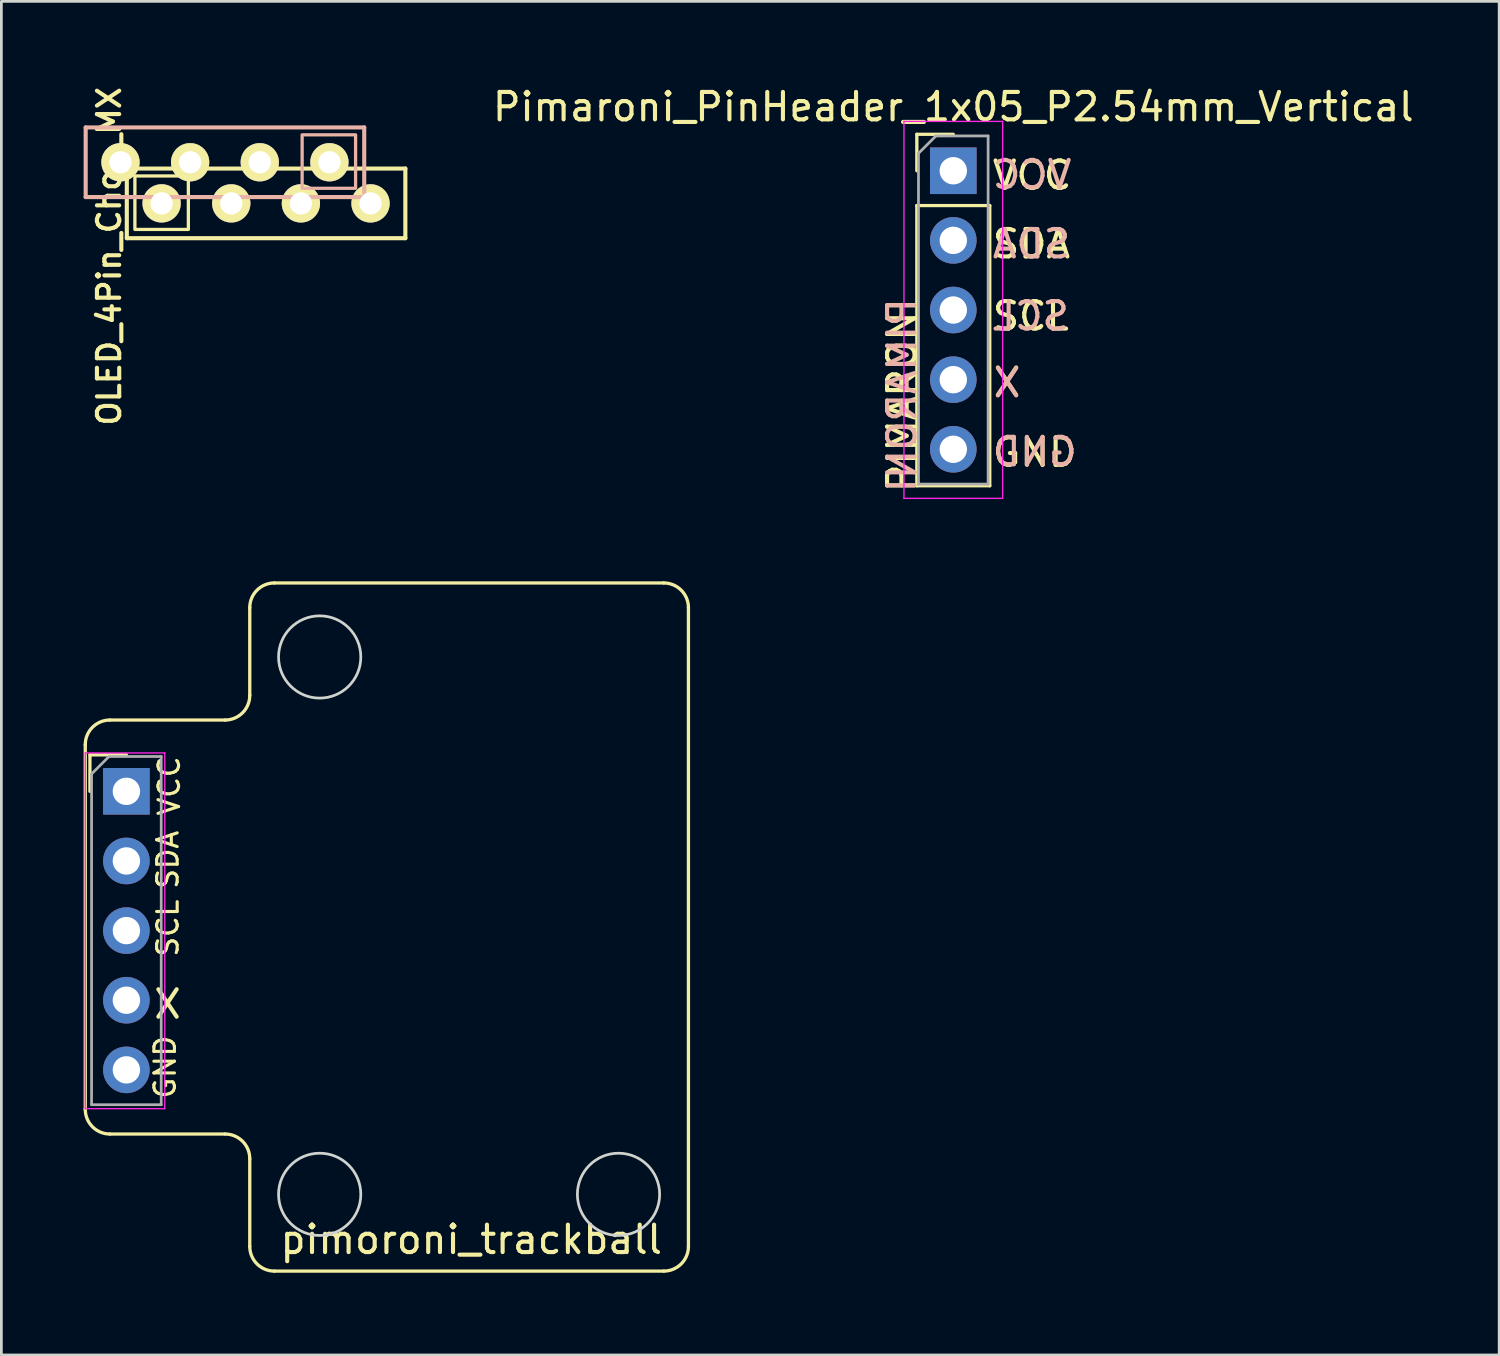
<source format=kicad_pcb>
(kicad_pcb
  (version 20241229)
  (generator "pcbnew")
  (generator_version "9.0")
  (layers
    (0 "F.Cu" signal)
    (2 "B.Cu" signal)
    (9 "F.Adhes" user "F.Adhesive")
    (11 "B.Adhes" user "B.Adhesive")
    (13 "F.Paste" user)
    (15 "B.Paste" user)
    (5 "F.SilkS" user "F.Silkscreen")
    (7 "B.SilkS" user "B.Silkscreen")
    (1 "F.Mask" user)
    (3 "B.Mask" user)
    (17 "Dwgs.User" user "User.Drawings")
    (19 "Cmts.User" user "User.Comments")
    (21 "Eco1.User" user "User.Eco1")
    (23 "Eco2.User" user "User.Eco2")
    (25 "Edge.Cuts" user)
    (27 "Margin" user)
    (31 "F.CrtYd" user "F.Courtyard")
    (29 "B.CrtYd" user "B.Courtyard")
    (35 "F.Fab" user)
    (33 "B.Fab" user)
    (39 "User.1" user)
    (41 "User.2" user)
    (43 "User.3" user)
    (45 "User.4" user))
  (footprint "Pimaroni_PinHeader_1x05_P2.54mm_Vertical"
    (layer "F.Cu")
    (at 31.721 3.178)
    (property "Reference" "Pimaroni_PinHeader_1x05_P2.54mm_Vertical" (at 0 -2.33 0) (layer "F.SilkS") (effects (font (size 1 1) (thickness 0.15))))
    (attr through_hole)
    (fp_line (start -1.33 -1.33) (end 0 -1.33) (stroke (width 0.12) (type solid)) (layer "F.SilkS"))
    (fp_line (start -1.33 0) (end -1.33 -1.33) (stroke (width 0.12) (type solid)) (layer "F.SilkS"))
    (fp_line (start -1.33 1.27) (end -1.33 11.49) (stroke (width 0.12) (type solid)) (layer "F.SilkS"))
    (fp_line (start -1.33 1.27) (end 1.33 1.27) (stroke (width 0.12) (type solid)) (layer "F.SilkS"))
    (fp_line (start -1.33 11.49) (end 1.33 11.49) (stroke (width 0.12) (type solid)) (layer "F.SilkS"))
    (fp_line (start 1.33 1.27) (end 1.33 11.49) (stroke (width 0.12) (type solid)) (layer "F.SilkS"))
    (fp_line (start -1.8 -1.8) (end -1.8 11.95) (stroke (width 0.05) (type solid)) (layer "F.CrtYd"))
    (fp_line (start -1.8 11.95) (end 1.8 11.95) (stroke (width 0.05) (type solid)) (layer "F.CrtYd"))
    (fp_line (start 1.8 -1.8) (end -1.8 -1.8) (stroke (width 0.05) (type solid)) (layer "F.CrtYd"))
    (fp_line (start 1.8 11.95) (end 1.8 -1.8) (stroke (width 0.05) (type solid)) (layer "F.CrtYd"))
    (fp_line (start -1.27 -0.635) (end -0.635 -1.27) (stroke (width 0.1) (type solid)) (layer "F.Fab"))
    (fp_line (start -1.27 11.43) (end -1.27 -0.635) (stroke (width 0.1) (type solid)) (layer "F.Fab"))
    (fp_line (start -0.635 -1.27) (end 1.27 -1.27) (stroke (width 0.1) (type solid)) (layer "F.Fab"))
    (fp_line (start 1.27 -1.27) (end 1.27 11.43) (stroke (width 0.1) (type solid)) (layer "F.Fab"))
    (fp_line (start 1.27 11.43) (end -1.27 11.43) (stroke (width 0.1) (type solid)) (layer "F.Fab"))
    (fp_text user "X" (at 1.96 7.72 0) (layer "F.SilkS") (effects (font (size 1 1) (thickness 0.15))))
    (fp_text user "VCC" (at 2.875 0.17 0) (layer "F.SilkS") (effects (font (size 1 1) (thickness 0.15))))
    (fp_text user "SCL" (at 2.827 5.3 0) (layer "F.SilkS") (effects (font (size 1 1) (thickness 0.15))))
    (fp_text user "PIMARONI" (at -1.87 8.19 90) (layer "F.SilkS") (effects (font (size 1 1) (thickness 0.15))))
    (fp_text user "GND" (at 2.97 10.27 0) (layer "F.SilkS") (effects (font (size 1 1) (thickness 0.15))))
    (fp_text user "SDA" (at 2.851 2.67 0) (layer "F.SilkS") (effects (font (size 1 1) (thickness 0.15))))
    (fp_text user "SDA" (at 2.851 2.67 0) (layer "B.SilkS") (effects (font (size 1 1) (thickness 0.15)) (justify mirror)))
    (fp_text user "VCC" (at 2.875 0.15 0) (layer "B.SilkS") (effects (font (size 1 1) (thickness 0.15)) (justify mirror)))
    (fp_text user "GND" (at 2.97 10.25 0) (layer "B.SilkS") (effects (font (size 1 1) (thickness 0.15)) (justify mirror)))
    (fp_text user "PIMARONI" (at -1.87 8.19 270) (layer "B.SilkS") (effects (font (size 1 1) (thickness 0.15)) (justify mirror)))
    (fp_text user "X" (at 1.96 7.74 0) (layer "B.SilkS") (effects (font (size 1 1) (thickness 0.15)) (justify mirror)))
    (fp_text user "SCL" (at 2.827 5.3 0) (layer "B.SilkS") (effects (font (size 1 1) (thickness 0.15)) (justify mirror)))
    (pad "1" thru_hole rect (at 0 0) (size 1.7 1.7) (drill 1) (layers "*.Cu" "*.Mask"))
    (pad "2" thru_hole oval (at 0 2.54) (size 1.7 1.7) (drill 1) (layers "*.Cu" "*.Mask"))
    (pad "3" thru_hole oval (at 0 5.08) (size 1.7 1.7) (drill 1) (layers "*.Cu" "*.Mask"))
    (pad "4" thru_hole oval (at 0 7.62) (size 1.7 1.7) (drill 1) (layers "*.Cu" "*.Mask"))
    (pad "5" thru_hole oval (at 0 10.16) (size 1.7 1.7) (drill 1) (layers "*.Cu" "*.Mask")))
  (footprint "OLED_4Pin_Choc_MX"
    (layer "F.Cu")
    (at 2.845 4.368)
    (property "Reference" "OLED_4Pin_Choc_MX" (at -1.915 1.93 90) (layer "F.SilkS") (effects (font (size 0.813 0.813) (thickness 0.15))))
    (attr through_hole)
    (fp_line (start -1.27 -1.27) (end 8.89 -1.27) (stroke (width 0.15) (type solid)) (layer "F.SilkS"))
    (fp_line (start -1.27 1.27) (end -1.27 -1.27) (stroke (width 0.15) (type solid)) (layer "F.SilkS"))
    (fp_line (start -1.27 1.27) (end 8.89 1.27) (stroke (width 0.15) (type solid)) (layer "F.SilkS"))
    (fp_line (start 8.89 -1.27) (end 8.89 1.27) (stroke (width 0.15) (type solid)) (layer "F.SilkS"))
    (fp_rect (start -0.975 -1) (end 0.975 0.95) (stroke (width 0.12) (type default)) (fill no) (layer "F.SilkS"))
    (fp_line (start -2.77 -2.77) (end 7.39 -2.77) (stroke (width 0.15) (type solid)) (layer "B.SilkS"))
    (fp_line (start -2.77 -0.23) (end -2.77 -2.77) (stroke (width 0.15) (type solid)) (layer "B.SilkS"))
    (fp_line (start 7.39 -2.77) (end 7.39 -0.23) (stroke (width 0.15) (type solid)) (layer "B.SilkS"))
    (fp_line (start 7.39 -0.23) (end -2.77 -0.23) (stroke (width 0.15) (type solid)) (layer "B.SilkS"))
    (fp_rect (start 5.125 -2.5) (end 7.075 -0.55) (stroke (width 0.12) (type default)) (fill no) (layer "B.SilkS"))
    (pad "1" thru_hole circle (at 0 0) (size 1.397 1.397) (drill 0.813) (layers "*.Cu" "B.Mask" "F.SilkS"))
    (pad "1" thru_hole circle (at 6.12 -1.5) (size 1.397 1.397) (drill 0.813) (layers "*.Cu" "F.Mask" "F.SilkS"))
    (pad "2" thru_hole circle (at 2.54 0) (size 1.397 1.397) (drill 0.813) (layers "*.Cu" "B.Mask" "F.SilkS"))
    (pad "2" thru_hole circle (at 3.58 -1.5) (size 1.397 1.397) (drill 0.813) (layers "*.Cu" "F.Mask" "F.SilkS"))
    (pad "3" thru_hole circle (at 1.04 -1.5) (size 1.397 1.397) (drill 0.813) (layers "*.Cu" "F.Mask" "F.SilkS"))
    (pad "3" thru_hole circle (at 5.08 0) (size 1.397 1.397) (drill 0.813) (layers "*.Cu" "B.Mask" "F.SilkS"))
    (pad "4" thru_hole circle (at -1.5 -1.5) (size 1.397 1.397) (drill 0.813) (layers "*.Cu" "F.Mask" "F.SilkS"))
    (pad "4" thru_hole circle (at 7.62 0) (size 1.397 1.397) (drill 0.813) (layers "*.Cu" "B.Mask" "F.SilkS")))
  (footprint "pimoroni_trackball"
    (layer "F.Cu")
    (at 1.56 25.813)
    (property "Reference" "pimoroni_trackball" (at 12.58 16.35 0) (layer "F.SilkS") (effects (font (size 1 1) (thickness 0.15))))
    (attr through_hole)
    (fp_line (start -1.5 -1.7) (end -1.5 11.6) (stroke (width 0.12) (type solid)) (layer "F.SilkS"))
    (fp_line (start -1.33 -1.33) (end 0 -1.33) (stroke (width 0.12) (type solid)) (layer "F.SilkS"))
    (fp_line (start -1.33 0) (end -1.33 -1.33) (stroke (width 0.12) (type solid)) (layer "F.SilkS"))
    (fp_line (start -0.6 -2.6) (end 3.6 -2.6) (stroke (width 0.12) (type solid)) (layer "F.SilkS"))
    (fp_line (start -0.6 12.5) (end 3.6 12.5) (stroke (width 0.12) (type solid)) (layer "F.SilkS"))
    (fp_line (start 4.5 -3.5) (end 4.5 -6.7) (stroke (width 0.12) (type solid)) (layer "F.SilkS"))
    (fp_line (start 4.5 13.4) (end 4.5 16.6) (stroke (width 0.12) (type solid)) (layer "F.SilkS"))
    (fp_line (start 5.4 -7.6) (end 19.6 -7.6) (stroke (width 0.12) (type solid)) (layer "F.SilkS"))
    (fp_line (start 5.4 17.5) (end 19.6 17.5) (stroke (width 0.12) (type solid)) (layer "F.SilkS"))
    (fp_line (start 20.5 16.6) (end 20.5 -6.7) (stroke (width 0.12) (type solid)) (layer "F.SilkS"))
    (fp_arc (start -1.5 -1.7) (mid -1.236396 -2.336396) (end -0.6 -2.6) (stroke (width 0.12) (type default)) (layer "F.SilkS"))
    (fp_arc (start -0.6 12.5) (mid -1.236396 12.236396) (end -1.5 11.6) (stroke (width 0.12) (type default)) (layer "F.SilkS"))
    (fp_arc (start 3.6 12.5) (mid 4.236396 12.763604) (end 4.5 13.4) (stroke (width 0.12) (type default)) (layer "F.SilkS"))
    (fp_arc (start 4.5 -6.7) (mid 4.763604 -7.336396) (end 5.4 -7.6) (stroke (width 0.12) (type default)) (layer "F.SilkS"))
    (fp_arc (start 4.5 -3.5) (mid 4.236396 -2.863604) (end 3.6 -2.6) (stroke (width 0.12) (type default)) (layer "F.SilkS"))
    (fp_arc (start 5.4 17.5) (mid 4.763604 17.236396) (end 4.5 16.6) (stroke (width 0.12) (type default)) (layer "F.SilkS"))
    (fp_arc (start 19.6 -7.6) (mid 20.236396 -7.336396) (end 20.5 -6.7) (stroke (width 0.12) (type default)) (layer "F.SilkS"))
    (fp_arc (start 20.5 16.6) (mid 20.236396 17.236396) (end 19.6 17.5) (stroke (width 0.12) (type default)) (layer "F.SilkS"))
    (fp_circle (center 7.05 -4.9) (end 8.55 -4.9) (stroke (width 0.1) (type default)) (fill no) (layer "Edge.Cuts"))
    (fp_circle (center 7.05 14.7) (end 8.55 14.7) (stroke (width 0.1) (type default)) (fill no) (layer "Edge.Cuts"))
    (fp_circle (center 17.95 14.7) (end 19.45 14.7) (stroke (width 0.1) (type default)) (fill no) (layer "Edge.Cuts"))
    (fp_line (start -1.5 -1.4) (end -1.5 11.575) (stroke (width 0.05) (type solid)) (layer "F.CrtYd"))
    (fp_line (start -1.5 11.575) (end 1.4 11.575) (stroke (width 0.05) (type solid)) (layer "F.CrtYd"))
    (fp_line (start 1.4 -1.4) (end -1.5 -1.4) (stroke (width 0.05) (type solid)) (layer "F.CrtYd"))
    (fp_line (start 1.4 11.575) (end 1.4 -1.4) (stroke (width 0.05) (type solid)) (layer "F.CrtYd"))
    (fp_line (start -1.27 -0.635) (end -0.635 -1.27) (stroke (width 0.1) (type solid)) (layer "F.Fab"))
    (fp_line (start -1.27 11.43) (end -1.27 -0.635) (stroke (width 0.1) (type solid)) (layer "F.Fab"))
    (fp_line (start -0.635 -1.27) (end 1.27 -1.27) (stroke (width 0.1) (type solid)) (layer "F.Fab"))
    (fp_line (start 1.27 -1.27) (end 1.27 11.43) (stroke (width 0.1) (type solid)) (layer "F.Fab"))
    (fp_line (start 1.27 11.43) (end -1.27 11.43) (stroke (width 0.1) (type solid)) (layer "F.Fab"))
    (fp_rect (start 5.375 -2.075) (end 19.625 11.975) (stroke (width 0.1) (type default)) (fill no) (layer "User.1"))
    (fp_circle (center 12.51 4.95) (end 14.51 4.95) (stroke (width 0.2) (type default)) (fill no) (layer "User.1"))
    (fp_poly (pts (xy 9.037 4.95) (xy 12.5 1.487) (xy 15.963 4.95) (xy 12.5 8.413)) (stroke (width 0.2) (type default)) (fill no) (layer "User.1"))
    (fp_circle (center 17.95 -4.9) (end 19.45 -4.9) (stroke (width 0.1) (type default)) (fill no) (layer "User.2"))
    (fp_text user "GND" (at 1.85 11.275 90) (unlocked yes) (layer "F.SilkS") (effects (font (size 0.75 0.75) (thickness 0.113)) (justify left bottom)))
    (fp_text user "X" (at 0.925 8.35 0) (unlocked yes) (layer "F.SilkS") (effects (font (size 1 1) (thickness 0.15)) (justify left bottom)))
    (fp_text user "SCL" (at 1.95 6.1 90) (unlocked yes) (layer "F.SilkS") (effects (font (size 0.75 0.75) (thickness 0.113)) (justify left bottom)))
    (fp_text user "SDA" (at 1.95 3.625 90) (unlocked yes) (layer "F.SilkS") (effects (font (size 0.75 0.75) (thickness 0.113)) (justify left bottom)))
    (fp_text user "VCC" (at 2 0.95 90) (unlocked yes) (layer "F.SilkS") (effects (font (size 0.75 0.75) (thickness 0.113)) (justify left bottom)))
    (pad "1" thru_hole rect (at 0 0) (size 1.7 1.7) (drill 1) (layers "*.Cu" "*.Mask"))
    (pad "2" thru_hole oval (at 0 2.54) (size 1.7 1.7) (drill 1) (layers "*.Cu" "*.Mask"))
    (pad "3" thru_hole oval (at 0 5.08) (size 1.7 1.7) (drill 1) (layers "*.Cu" "*.Mask"))
    (pad "4" thru_hole oval (at 0 7.62) (size 1.7 1.7) (drill 1) (layers "*.Cu" "*.Mask"))
    (pad "5" thru_hole oval (at 0 10.16) (size 1.7 1.7) (drill 1) (layers "*.Cu" "*.Mask")))
  (gr_rect
    (start -3 -3)
    (end 51.631 46.373)
    (stroke (width 0.1) (type default))
    (fill no)
    (layer "Edge.Cuts")))
</source>
